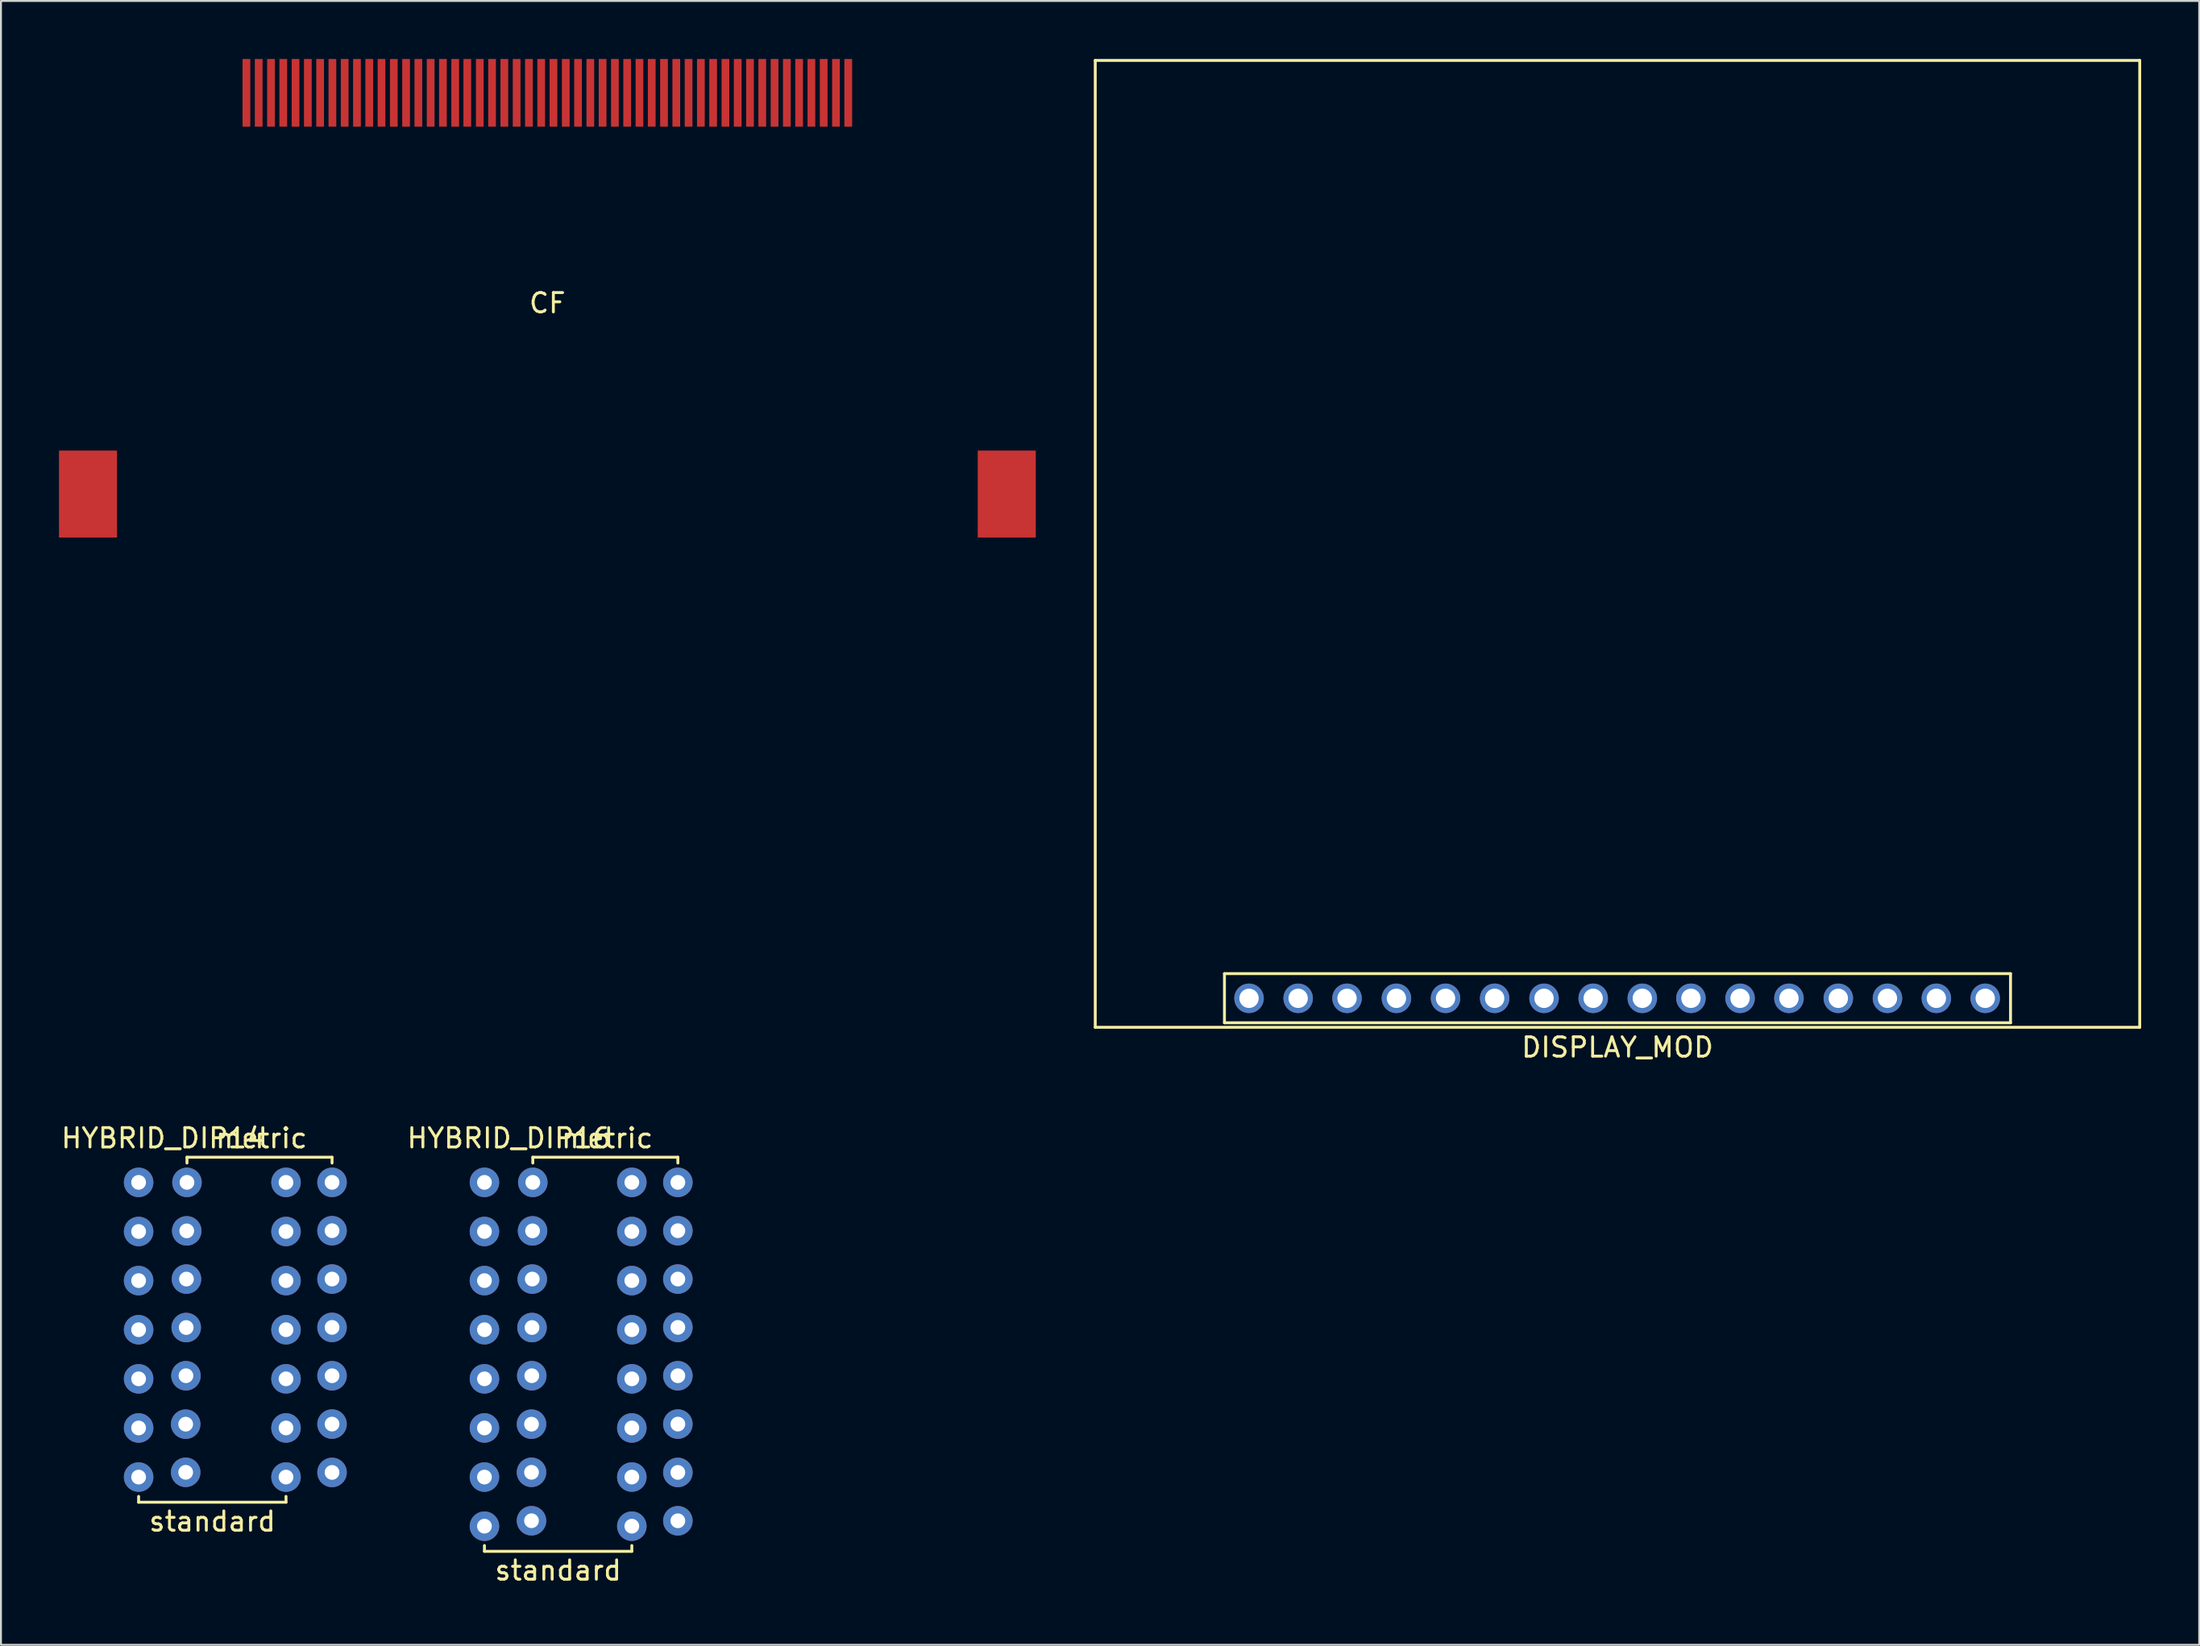
<source format=kicad_pcb>
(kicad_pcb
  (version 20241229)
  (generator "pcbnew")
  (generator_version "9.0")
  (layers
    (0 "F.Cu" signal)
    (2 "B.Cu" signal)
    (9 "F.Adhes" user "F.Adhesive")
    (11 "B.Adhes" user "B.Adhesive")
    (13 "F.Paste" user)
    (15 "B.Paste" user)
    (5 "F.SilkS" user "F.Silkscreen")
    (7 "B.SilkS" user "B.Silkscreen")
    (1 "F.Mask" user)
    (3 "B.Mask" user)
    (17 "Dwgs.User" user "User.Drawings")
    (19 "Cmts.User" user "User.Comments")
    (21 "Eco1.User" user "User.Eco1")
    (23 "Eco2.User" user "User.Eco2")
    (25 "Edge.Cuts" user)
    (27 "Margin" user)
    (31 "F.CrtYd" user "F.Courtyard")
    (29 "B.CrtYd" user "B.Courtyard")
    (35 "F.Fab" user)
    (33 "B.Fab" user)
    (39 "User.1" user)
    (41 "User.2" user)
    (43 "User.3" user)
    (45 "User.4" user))
  (footprint "HYBRID_DIP14"
    (layer "F.Cu")
    (at 8.943 66.983)
    (property "Reference" "HYBRID_DIP14" (at -3.556 -11.176 0) (layer "F.SilkS") (effects (font (size 1 1) (thickness 0.15))))
    (attr through_hole)
    (fp_line (start -4.826 7.35) (end -4.826 7.65) (stroke (width 0.15) (type solid)) (layer "F.SilkS"))
    (fp_line (start -4.826 7.65) (end 2.794 7.65) (stroke (width 0.15) (type solid)) (layer "F.SilkS"))
    (fp_line (start -2.326 -10.19) (end 5.174 -10.19) (stroke (width 0.15) (type solid)) (layer "F.SilkS"))
    (fp_line (start -2.326 -9.89) (end -2.326 -10.19) (stroke (width 0.15) (type solid)) (layer "F.SilkS"))
    (fp_line (start 2.794 7.35) (end 2.794 7.65) (stroke (width 0.15) (type solid)) (layer "F.SilkS"))
    (fp_line (start 5.174 -9.89) (end 5.174 -10.19) (stroke (width 0.15) (type solid)) (layer "F.SilkS"))
    (fp_text user "metric" (at 1.524 -11.176 0) (layer "F.SilkS") (effects (font (size 1 1) (thickness 0.15))))
    (fp_text user "standard" (at -1.016 8.644 0) (layer "F.SilkS") (effects (font (size 1 1) (thickness 0.15))))
    (pad "1" thru_hole circle (at -4.826 -8.89) (size 1.524 1.524) (drill 0.762) (layers "*.Cu" "*.Mask"))
    (pad "1" thru_hole circle (at -2.326 -8.89) (size 1.524 1.524) (drill 0.762) (layers "*.Cu" "*.Mask"))
    (pad "2" thru_hole circle (at -4.826 -6.35) (size 1.524 1.524) (drill 0.762) (layers "*.Cu" "*.Mask"))
    (pad "2" thru_hole circle (at -2.339 -6.382) (size 1.524 1.524) (drill 0.762) (layers "*.Cu" "*.Mask"))
    (pad "3" thru_hole circle (at -4.826 -3.81) (size 1.524 1.524) (drill 0.762) (layers "*.Cu" "*.Mask"))
    (pad "3" thru_hole circle (at -2.353 -3.889) (size 1.524 1.524) (drill 0.762) (layers "*.Cu" "*.Mask"))
    (pad "4" thru_hole circle (at -4.826 -1.27) (size 1.524 1.524) (drill 0.762) (layers "*.Cu" "*.Mask"))
    (pad "4" thru_hole circle (at -2.366 -1.383) (size 1.524 1.524) (drill 0.762) (layers "*.Cu" "*.Mask"))
    (pad "5" thru_hole circle (at -4.826 1.27) (size 1.524 1.524) (drill 0.762) (layers "*.Cu" "*.Mask"))
    (pad "5" thru_hole circle (at -2.379 1.109) (size 1.524 1.524) (drill 0.762) (layers "*.Cu" "*.Mask"))
    (pad "6" thru_hole circle (at -4.826 3.81) (size 1.524 1.524) (drill 0.762) (layers "*.Cu" "*.Mask"))
    (pad "6" thru_hole circle (at -2.393 3.614) (size 1.524 1.524) (drill 0.762) (layers "*.Cu" "*.Mask"))
    (pad "7" thru_hole circle (at -4.826 6.35) (size 1.524 1.524) (drill 0.762) (layers "*.Cu" "*.Mask"))
    (pad "7" thru_hole circle (at -2.393 6.104) (size 1.524 1.524) (drill 0.762) (layers "*.Cu" "*.Mask"))
    (pad "8" thru_hole circle (at 2.794 6.35) (size 1.524 1.524) (drill 0.762) (layers "*.Cu" "*.Mask"))
    (pad "8" thru_hole circle (at 5.174 6.11) (size 1.524 1.524) (drill 0.762) (layers "*.Cu" "*.Mask"))
    (pad "9" thru_hole circle (at 2.794 3.81) (size 1.524 1.524) (drill 0.762) (layers "*.Cu" "*.Mask"))
    (pad "9" thru_hole circle (at 5.174 3.61) (size 1.524 1.524) (drill 0.762) (layers "*.Cu" "*.Mask"))
    (pad "10" thru_hole circle (at 2.794 1.27) (size 1.524 1.524) (drill 0.762) (layers "*.Cu" "*.Mask"))
    (pad "10" thru_hole circle (at 5.174 1.11) (size 1.524 1.524) (drill 0.762) (layers "*.Cu" "*.Mask"))
    (pad "11" thru_hole circle (at 2.794 -1.27) (size 1.524 1.524) (drill 0.762) (layers "*.Cu" "*.Mask"))
    (pad "11" thru_hole circle (at 5.174 -1.39) (size 1.524 1.524) (drill 0.762) (layers "*.Cu" "*.Mask"))
    (pad "12" thru_hole circle (at 2.794 -3.81) (size 1.524 1.524) (drill 0.762) (layers "*.Cu" "*.Mask"))
    (pad "12" thru_hole circle (at 5.174 -3.89) (size 1.524 1.524) (drill 0.762) (layers "*.Cu" "*.Mask"))
    (pad "13" thru_hole circle (at 2.794 -6.35) (size 1.524 1.524) (drill 0.762) (layers "*.Cu" "*.Mask"))
    (pad "13" thru_hole circle (at 5.174 -6.39) (size 1.524 1.524) (drill 0.762) (layers "*.Cu" "*.Mask"))
    (pad "14" thru_hole circle (at 2.794 -8.89) (size 1.524 1.524) (drill 0.762) (layers "*.Cu" "*.Mask"))
    (pad "14" thru_hole circle (at 5.174 -8.89) (size 1.524 1.524) (drill 0.762) (layers "*.Cu" "*.Mask")))
  (footprint "DISPLAY_MOD"
    (layer "F.Cu")
    (at 80.575 25.075)
    (property "Reference" "DISPLAY_MOD" (at 0 26.035 0) (layer "F.SilkS") (effects (font (size 1 1) (thickness 0.15))))
    (attr through_hole)
    (fp_line (start -27 -25) (end -27 25) (stroke (width 0.15) (type solid)) (layer "F.SilkS"))
    (fp_line (start -27 -25) (end 27 -25) (stroke (width 0.15) (type solid)) (layer "F.SilkS"))
    (fp_line (start -27 25) (end 27 25) (stroke (width 0.15) (type solid)) (layer "F.SilkS"))
    (fp_line (start -20.32 22.225) (end -20.32 24.765) (stroke (width 0.15) (type solid)) (layer "F.SilkS"))
    (fp_line (start -20.32 22.225) (end 20.32 22.225) (stroke (width 0.15) (type solid)) (layer "F.SilkS"))
    (fp_line (start -20.32 24.765) (end 20.32 24.765) (stroke (width 0.15) (type solid)) (layer "F.SilkS"))
    (fp_line (start 20.32 24.765) (end 20.32 22.225) (stroke (width 0.15) (type solid)) (layer "F.SilkS"))
    (fp_line (start 27 -25) (end 27 25) (stroke (width 0.15) (type solid)) (layer "F.SilkS"))
    (pad "1" thru_hole circle (at -19.05 23.5) (size 1.524 1.524) (drill 1) (layers "*.Cu" "*.Mask"))
    (pad "2" thru_hole circle (at -16.51 23.5) (size 1.524 1.524) (drill 1) (layers "*.Cu" "*.Mask"))
    (pad "3" thru_hole circle (at -13.983 23.5) (size 1.524 1.524) (drill 1) (layers "*.Cu" "*.Mask"))
    (pad "4" thru_hole circle (at -11.43 23.5) (size 1.524 1.524) (drill 1) (layers "*.Cu" "*.Mask"))
    (pad "5" thru_hole circle (at -8.89 23.5) (size 1.524 1.524) (drill 1) (layers "*.Cu" "*.Mask"))
    (pad "6" thru_hole circle (at -6.35 23.5) (size 1.524 1.524) (drill 1) (layers "*.Cu" "*.Mask"))
    (pad "7" thru_hole circle (at -3.797 23.5) (size 1.524 1.524) (drill 1) (layers "*.Cu" "*.Mask"))
    (pad "8" thru_hole circle (at -1.257 23.5) (size 1.524 1.524) (drill 1) (layers "*.Cu" "*.Mask"))
    (pad "9" thru_hole circle (at 1.283 23.5) (size 1.524 1.524) (drill 1) (layers "*.Cu" "*.Mask"))
    (pad "10" thru_hole circle (at 3.797 23.5) (size 1.524 1.524) (drill 1) (layers "*.Cu" "*.Mask"))
    (pad "11" thru_hole circle (at 6.337 23.5) (size 1.524 1.524) (drill 1) (layers "*.Cu" "*.Mask"))
    (pad "12" thru_hole circle (at 8.865 23.5) (size 1.524 1.524) (drill 1) (layers "*.Cu" "*.Mask"))
    (pad "13" thru_hole circle (at 11.417 23.5) (size 1.524 1.524) (drill 1) (layers "*.Cu" "*.Mask"))
    (pad "14" thru_hole circle (at 13.957 23.5) (size 1.524 1.524) (drill 1) (layers "*.Cu" "*.Mask"))
    (pad "15" thru_hole circle (at 16.485 23.5) (size 1.524 1.524) (drill 1) (layers "*.Cu" "*.Mask"))
    (pad "16" thru_hole circle (at 19.012 23.5) (size 1.524 1.524) (drill 1) (layers "*.Cu" "*.Mask")))
  (footprint "CF"
    (layer "F.Cu")
    (at 25.25 12.125)
    (property "Reference" "CF" (at 0 0.5 0) (layer "F.SilkS") (effects (font (size 1 1) (thickness 0.15))))
    (attr through_hole)
    (pad "" smd rect (at -23.75 10.375) (size 3 4.5) (layers "F.Cu" "F.Mask" "F.Paste"))
    (pad "" smd rect (at 23.75 10.375) (size 3 4.5) (layers "F.Cu" "F.Mask" "F.Paste"))
    (pad "1" smd rect (at -15.56 -10.375) (size 0.4 3.5) (layers "F.Cu" "F.Mask" "F.Paste"))
    (pad "2" smd rect (at -14.29 -10.375) (size 0.4 3.5) (layers "F.Cu" "F.Mask" "F.Paste"))
    (pad "3" smd rect (at -13.02 -10.375) (size 0.4 3.5) (layers "F.Cu" "F.Mask" "F.Paste"))
    (pad "4" smd rect (at -11.75 -10.375) (size 0.4 3.5) (layers "F.Cu" "F.Mask" "F.Paste"))
    (pad "5" smd rect (at -10.48 -10.375) (size 0.4 3.5) (layers "F.Cu" "F.Mask" "F.Paste"))
    (pad "6" smd rect (at -9.21 -10.375) (size 0.4 3.5) (layers "F.Cu" "F.Mask" "F.Paste"))
    (pad "7" smd rect (at -7.94 -10.375) (size 0.4 3.5) (layers "F.Cu" "F.Mask" "F.Paste"))
    (pad "8" smd rect (at -6.67 -10.375) (size 0.4 3.5) (layers "F.Cu" "F.Mask" "F.Paste"))
    (pad "9" smd rect (at -5.4 -10.375) (size 0.4 3.5) (layers "F.Cu" "F.Mask" "F.Paste"))
    (pad "10" smd rect (at -4.14 -10.375) (size 0.4 3.5) (layers "F.Cu" "F.Mask" "F.Paste"))
    (pad "11" smd rect (at -2.86 -10.375) (size 0.4 3.5) (layers "F.Cu" "F.Mask" "F.Paste"))
    (pad "12" smd rect (at -1.59 -10.375) (size 0.4 3.5) (layers "F.Cu" "F.Mask" "F.Paste"))
    (pad "13" smd rect (at -0.32 -10.375) (size 0.4 3.5) (layers "F.Cu" "F.Mask" "F.Paste"))
    (pad "14" smd rect (at 0.95 -10.375) (size 0.4 3.5) (layers "F.Cu" "F.Mask" "F.Paste"))
    (pad "15" smd rect (at 2.22 -10.375) (size 0.4 3.5) (layers "F.Cu" "F.Mask" "F.Paste"))
    (pad "16" smd rect (at 3.49 -10.375) (size 0.4 3.5) (layers "F.Cu" "F.Mask" "F.Paste"))
    (pad "17" smd rect (at 4.76 -10.375) (size 0.4 3.5) (layers "F.Cu" "F.Mask" "F.Paste"))
    (pad "18" smd rect (at 6.03 -10.375) (size 0.4 3.5) (layers "F.Cu" "F.Mask" "F.Paste"))
    (pad "19" smd rect (at 7.3 -10.375) (size 0.4 3.5) (layers "F.Cu" "F.Mask" "F.Paste"))
    (pad "20" smd rect (at 8.57 -10.375) (size 0.4 3.5) (layers "F.Cu" "F.Mask" "F.Paste"))
    (pad "21" smd rect (at 9.84 -10.375) (size 0.4 3.5) (layers "F.Cu" "F.Mask" "F.Paste"))
    (pad "22" smd rect (at 11.11 -10.375) (size 0.4 3.5) (layers "F.Cu" "F.Mask" "F.Paste"))
    (pad "23" smd rect (at 12.38 -10.375) (size 0.4 3.5) (layers "F.Cu" "F.Mask" "F.Paste"))
    (pad "24" smd rect (at 13.65 -10.375) (size 0.4 3.5) (layers "F.Cu" "F.Mask" "F.Paste"))
    (pad "25" smd rect (at 14.92 -10.375) (size 0.4 3.5) (layers "F.Cu" "F.Mask" "F.Paste"))
    (pad "26" smd rect (at -14.925 -10.375) (size 0.4 3.5) (layers "F.Cu" "F.Mask" "F.Paste"))
    (pad "27" smd rect (at -13.655 -10.375) (size 0.4 3.5) (layers "F.Cu" "F.Mask" "F.Paste"))
    (pad "28" smd rect (at -12.385 -10.375) (size 0.4 3.5) (layers "F.Cu" "F.Mask" "F.Paste"))
    (pad "29" smd rect (at -11.115 -10.375) (size 0.4 3.5) (layers "F.Cu" "F.Mask" "F.Paste"))
    (pad "30" smd rect (at -9.845 -10.375) (size 0.4 3.5) (layers "F.Cu" "F.Mask" "F.Paste"))
    (pad "31" smd rect (at -8.575 -10.375) (size 0.4 3.5) (layers "F.Cu" "F.Mask" "F.Paste"))
    (pad "32" smd rect (at -7.305 -10.375) (size 0.4 3.5) (layers "F.Cu" "F.Mask" "F.Paste"))
    (pad "33" smd rect (at -6.035 -10.375) (size 0.4 3.5) (layers "F.Cu" "F.Mask" "F.Paste"))
    (pad "34" smd rect (at -4.765 -10.375) (size 0.4 3.5) (layers "F.Cu" "F.Mask" "F.Paste"))
    (pad "35" smd rect (at -3.495 -10.375) (size 0.4 3.5) (layers "F.Cu" "F.Mask" "F.Paste"))
    (pad "36" smd rect (at -2.225 -10.375) (size 0.4 3.5) (layers "F.Cu" "F.Mask" "F.Paste"))
    (pad "37" smd rect (at -0.955 -10.375) (size 0.4 3.5) (layers "F.Cu" "F.Mask" "F.Paste"))
    (pad "38" smd rect (at 0.315 -10.375) (size 0.4 3.5) (layers "F.Cu" "F.Mask" "F.Paste"))
    (pad "39" smd rect (at 1.585 -10.375) (size 0.4 3.5) (layers "F.Cu" "F.Mask" "F.Paste"))
    (pad "40" smd rect (at 2.855 -10.375) (size 0.4 3.5) (layers "F.Cu" "F.Mask" "F.Paste"))
    (pad "41" smd rect (at 4.125 -10.375) (size 0.4 3.5) (layers "F.Cu" "F.Mask" "F.Paste"))
    (pad "42" smd rect (at 5.395 -10.375) (size 0.4 3.5) (layers "F.Cu" "F.Mask" "F.Paste"))
    (pad "43" smd rect (at 6.665 -10.375) (size 0.4 3.5) (layers "F.Cu" "F.Mask" "F.Paste"))
    (pad "44" smd rect (at 7.935 -10.375) (size 0.4 3.5) (layers "F.Cu" "F.Mask" "F.Paste"))
    (pad "45" smd rect (at 9.205 -10.375) (size 0.4 3.5) (layers "F.Cu" "F.Mask" "F.Paste"))
    (pad "46" smd rect (at 10.475 -10.375) (size 0.4 3.5) (layers "F.Cu" "F.Mask" "F.Paste"))
    (pad "47" smd rect (at 11.745 -10.375) (size 0.4 3.5) (layers "F.Cu" "F.Mask" "F.Paste"))
    (pad "48" smd rect (at 13.015 -10.375) (size 0.4 3.5) (layers "F.Cu" "F.Mask" "F.Paste"))
    (pad "49" smd rect (at 14.285 -10.375) (size 0.4 3.5) (layers "F.Cu" "F.Mask" "F.Paste"))
    (pad "50" smd rect (at 15.555 -10.375) (size 0.4 3.5) (layers "F.Cu" "F.Mask" "F.Paste")))
  (footprint "HYBRID_DIP16"
    (layer "F.Cu")
    (at 26.822 66.983)
    (property "Reference" "HYBRID_DIP16" (at -3.556 -11.176 0) (layer "F.SilkS") (effects (font (size 1 1) (thickness 0.15))))
    (attr through_hole)
    (fp_line (start -4.826 9.89) (end -4.826 10.19) (stroke (width 0.15) (type solid)) (layer "F.SilkS"))
    (fp_line (start -4.826 10.19) (end 2.794 10.19) (stroke (width 0.15) (type solid)) (layer "F.SilkS"))
    (fp_line (start -2.326 -10.19) (end 5.174 -10.19) (stroke (width 0.15) (type solid)) (layer "F.SilkS"))
    (fp_line (start -2.326 -9.89) (end -2.326 -10.19) (stroke (width 0.15) (type solid)) (layer "F.SilkS"))
    (fp_line (start 2.794 9.89) (end 2.794 10.19) (stroke (width 0.15) (type solid)) (layer "F.SilkS"))
    (fp_line (start 5.174 -9.89) (end 5.174 -10.19) (stroke (width 0.15) (type solid)) (layer "F.SilkS"))
    (fp_text user "standard" (at -1.016 11.176 0) (layer "F.SilkS") (effects (font (size 1 1) (thickness 0.15))))
    (fp_text user "metric" (at 1.524 -11.176 0) (layer "F.SilkS") (effects (font (size 1 1) (thickness 0.15))))
    (pad "1" thru_hole circle (at -4.826 -8.89) (size 1.524 1.524) (drill 0.762) (layers "*.Cu" "*.Mask"))
    (pad "1" thru_hole circle (at -2.326 -8.89) (size 1.524 1.524) (drill 0.762) (layers "*.Cu" "*.Mask"))
    (pad "2" thru_hole circle (at -4.826 -6.35) (size 1.524 1.524) (drill 0.762) (layers "*.Cu" "*.Mask"))
    (pad "2" thru_hole circle (at -2.339 -6.382) (size 1.524 1.524) (drill 0.762) (layers "*.Cu" "*.Mask"))
    (pad "3" thru_hole circle (at -4.826 -3.81) (size 1.524 1.524) (drill 0.762) (layers "*.Cu" "*.Mask"))
    (pad "3" thru_hole circle (at -2.353 -3.889) (size 1.524 1.524) (drill 0.762) (layers "*.Cu" "*.Mask"))
    (pad "4" thru_hole circle (at -4.826 -1.27) (size 1.524 1.524) (drill 0.762) (layers "*.Cu" "*.Mask"))
    (pad "4" thru_hole circle (at -2.366 -1.383) (size 1.524 1.524) (drill 0.762) (layers "*.Cu" "*.Mask"))
    (pad "5" thru_hole circle (at -4.826 1.27) (size 1.524 1.524) (drill 0.762) (layers "*.Cu" "*.Mask"))
    (pad "5" thru_hole circle (at -2.379 1.109) (size 1.524 1.524) (drill 0.762) (layers "*.Cu" "*.Mask"))
    (pad "6" thru_hole circle (at -4.826 3.81) (size 1.524 1.524) (drill 0.762) (layers "*.Cu" "*.Mask"))
    (pad "6" thru_hole circle (at -2.393 3.614) (size 1.524 1.524) (drill 0.762) (layers "*.Cu" "*.Mask"))
    (pad "7" thru_hole circle (at -4.826 6.35) (size 1.524 1.524) (drill 0.762) (layers "*.Cu" "*.Mask"))
    (pad "7" thru_hole circle (at -2.393 6.104) (size 1.524 1.524) (drill 0.762) (layers "*.Cu" "*.Mask"))
    (pad "8" thru_hole circle (at -4.826 8.89) (size 1.524 1.524) (drill 0.762) (layers "*.Cu" "*.Mask"))
    (pad "8" thru_hole circle (at -2.393 8.608) (size 1.524 1.524) (drill 0.762) (layers "*.Cu" "*.Mask"))
    (pad "9" thru_hole circle (at 2.794 8.89) (size 1.524 1.524) (drill 0.762) (layers "*.Cu" "*.Mask"))
    (pad "9" thru_hole circle (at 5.174 8.61) (size 1.524 1.524) (drill 0.762) (layers "*.Cu" "*.Mask"))
    (pad "10" thru_hole circle (at 2.794 6.35) (size 1.524 1.524) (drill 0.762) (layers "*.Cu" "*.Mask"))
    (pad "10" thru_hole circle (at 5.174 6.11) (size 1.524 1.524) (drill 0.762) (layers "*.Cu" "*.Mask"))
    (pad "11" thru_hole circle (at 2.794 3.81) (size 1.524 1.524) (drill 0.762) (layers "*.Cu" "*.Mask"))
    (pad "11" thru_hole circle (at 5.174 3.61) (size 1.524 1.524) (drill 0.762) (layers "*.Cu" "*.Mask"))
    (pad "12" thru_hole circle (at 2.794 1.27) (size 1.524 1.524) (drill 0.762) (layers "*.Cu" "*.Mask"))
    (pad "12" thru_hole circle (at 5.174 1.11) (size 1.524 1.524) (drill 0.762) (layers "*.Cu" "*.Mask"))
    (pad "13" thru_hole circle (at 2.794 -1.27) (size 1.524 1.524) (drill 0.762) (layers "*.Cu" "*.Mask"))
    (pad "13" thru_hole circle (at 5.174 -1.39) (size 1.524 1.524) (drill 0.762) (layers "*.Cu" "*.Mask"))
    (pad "14" thru_hole circle (at 2.794 -3.81) (size 1.524 1.524) (drill 0.762) (layers "*.Cu" "*.Mask"))
    (pad "14" thru_hole circle (at 5.174 -3.89) (size 1.524 1.524) (drill 0.762) (layers "*.Cu" "*.Mask"))
    (pad "15" thru_hole circle (at 2.794 -6.35) (size 1.524 1.524) (drill 0.762) (layers "*.Cu" "*.Mask"))
    (pad "15" thru_hole circle (at 5.174 -6.39) (size 1.524 1.524) (drill 0.762) (layers "*.Cu" "*.Mask"))
    (pad "16" thru_hole circle (at 2.794 -8.89) (size 1.524 1.524) (drill 0.762) (layers "*.Cu" "*.Mask"))
    (pad "16" thru_hole circle (at 5.174 -8.89) (size 1.524 1.524) (drill 0.762) (layers "*.Cu" "*.Mask")))
  (gr_rect
    (start -3 -3)
    (end 110.65 82.007)
    (stroke (width 0.1) (type default))
    (fill no)
    (layer "Edge.Cuts")))
</source>
